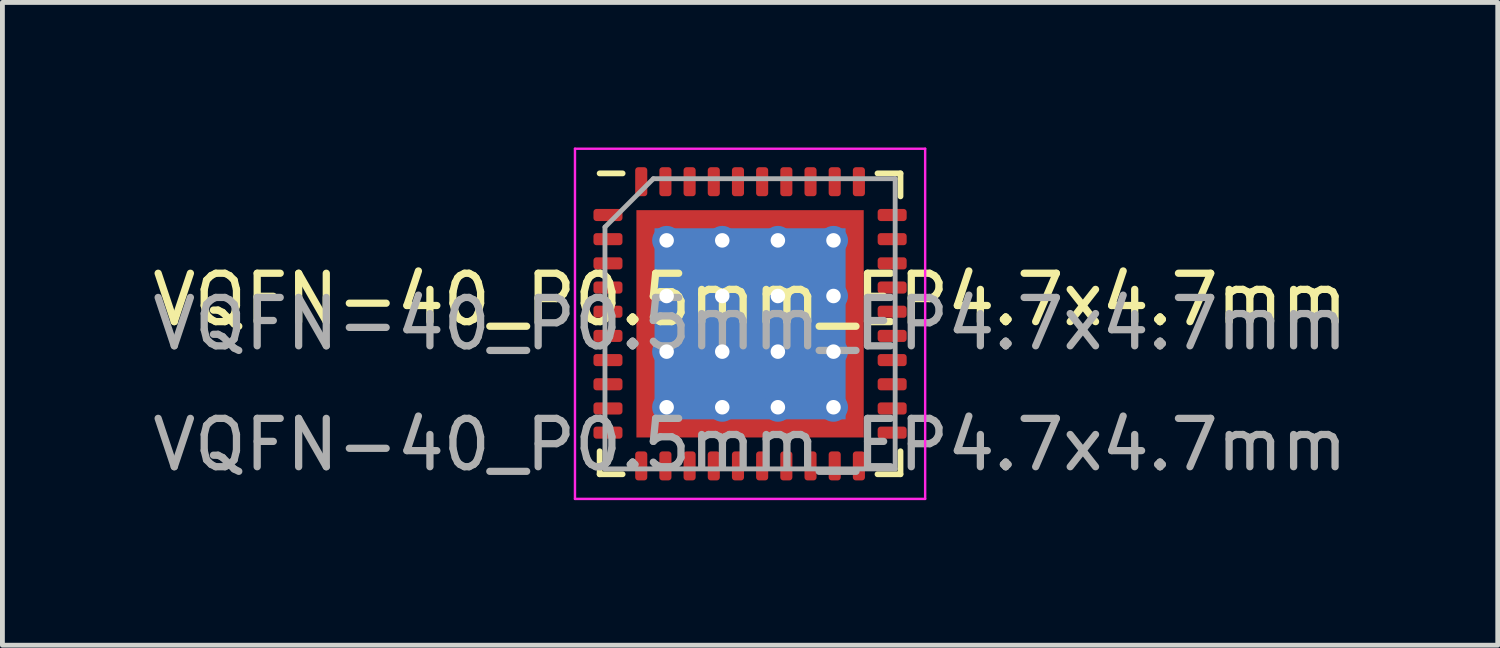
<source format=kicad_pcb>
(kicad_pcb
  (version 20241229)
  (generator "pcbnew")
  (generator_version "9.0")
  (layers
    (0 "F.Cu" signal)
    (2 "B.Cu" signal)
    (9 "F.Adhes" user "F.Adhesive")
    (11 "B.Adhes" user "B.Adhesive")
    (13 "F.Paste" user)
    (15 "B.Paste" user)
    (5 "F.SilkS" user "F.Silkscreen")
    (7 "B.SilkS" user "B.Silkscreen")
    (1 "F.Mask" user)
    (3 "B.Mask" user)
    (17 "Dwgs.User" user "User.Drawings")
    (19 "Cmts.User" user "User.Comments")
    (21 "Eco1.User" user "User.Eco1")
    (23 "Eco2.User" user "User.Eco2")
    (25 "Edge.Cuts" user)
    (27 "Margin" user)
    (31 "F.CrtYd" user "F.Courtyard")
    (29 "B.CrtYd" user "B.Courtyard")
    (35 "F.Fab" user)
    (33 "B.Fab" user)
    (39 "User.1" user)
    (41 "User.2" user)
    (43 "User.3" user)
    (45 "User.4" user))
  (footprint "VQFN-40_P0.5mm_EP4.7x4.7mm"
    (layer "F.Cu")
    (at 12.458 3.645)
    (property "Reference" "VQFN-40_P0.5mm_EP4.7x4.7mm" (at 0 -0.5 0) (unlocked yes) (layer "F.SilkS") (effects (font (size 1 1) (thickness 0.15))))
    (fp_line (start -3.11 3.11) (end -3.11 2.635) (stroke (width 0.12) (type solid)) (layer "F.SilkS"))
    (fp_line (start -2.635 -3.11) (end -3.11 -3.11) (stroke (width 0.12) (type solid)) (layer "F.SilkS"))
    (fp_line (start -2.635 3.11) (end -3.11 3.11) (stroke (width 0.12) (type solid)) (layer "F.SilkS"))
    (fp_line (start 2.635 -3.11) (end 3.11 -3.11) (stroke (width 0.12) (type solid)) (layer "F.SilkS"))
    (fp_line (start 2.635 3.11) (end 3.11 3.11) (stroke (width 0.12) (type solid)) (layer "F.SilkS"))
    (fp_line (start 3.11 -3.11) (end 3.11 -2.635) (stroke (width 0.12) (type solid)) (layer "F.SilkS"))
    (fp_line (start 3.11 3.11) (end 3.11 2.635) (stroke (width 0.12) (type solid)) (layer "F.SilkS"))
    (fp_line (start -3.62 -3.62) (end -3.62 3.62) (stroke (width 0.05) (type solid)) (layer "F.CrtYd"))
    (fp_line (start -3.62 3.62) (end 3.62 3.62) (stroke (width 0.05) (type solid)) (layer "F.CrtYd"))
    (fp_line (start 3.62 -3.62) (end -3.62 -3.62) (stroke (width 0.05) (type solid)) (layer "F.CrtYd"))
    (fp_line (start 3.62 3.62) (end 3.62 -3.62) (stroke (width 0.05) (type solid)) (layer "F.CrtYd"))
    (fp_line (start -3 -2) (end -2 -3) (stroke (width 0.1) (type solid)) (layer "F.Fab"))
    (fp_line (start -3 3) (end -3 -2) (stroke (width 0.1) (type solid)) (layer "F.Fab"))
    (fp_line (start -2 -3) (end 3 -3) (stroke (width 0.1) (type solid)) (layer "F.Fab"))
    (fp_line (start 3 -3) (end 3 3) (stroke (width 0.1) (type solid)) (layer "F.Fab"))
    (fp_line (start 3 3) (end -3 3) (stroke (width 0.1) (type solid)) (layer "F.Fab"))
    (fp_text user "${REFERENCE}" (at 0 2.5 0) (unlocked yes) (layer "F.Fab") (effects (font (size 1 1) (thickness 0.15))))
    (fp_text user "${REFERENCE}" (at 0 0 0) (layer "F.Fab") (effects (font (size 1 1) (thickness 0.15))))
    (pad "" smd roundrect (at -1.15 -1.15) (size 1.3 1.3) (layers "F.Paste") (roundrect_rratio 0.25))
    (pad "" smd roundrect (at -1.15 0) (size 1.3 1.3) (layers "F.Paste") (roundrect_rratio 0.25))
    (pad "" smd roundrect (at -1.15 1.15) (size 1.3 1.3) (layers "F.Paste") (roundrect_rratio 0.25))
    (pad "" smd roundrect (at 0 -1.15) (size 1.3 1.3) (layers "F.Paste") (roundrect_rratio 0.25))
    (pad "" smd roundrect (at 0 0) (size 1.3 1.3) (layers "F.Paste") (roundrect_rratio 0.25))
    (pad "" smd roundrect (at 0 1.15) (size 1.3 1.3) (layers "F.Paste") (roundrect_rratio 0.25))
    (pad "" smd roundrect (at 1.15 -1.15) (size 1.3 1.3) (layers "F.Paste") (roundrect_rratio 0.25))
    (pad "" smd roundrect (at 1.15 0) (size 1.3 1.3) (layers "F.Paste") (roundrect_rratio 0.25))
    (pad "" smd roundrect (at 1.15 1.15) (size 1.3 1.3) (layers "F.Paste") (roundrect_rratio 0.25))
    (pad "1" smd roundrect (at -2.938 -2.25) (size 0.6 0.25) (layers "F.Cu" "F.Mask" "F.Paste") (roundrect_rratio 0.25))
    (pad "2" smd roundrect (at -2.938 -1.75) (size 0.6 0.25) (layers "F.Cu" "F.Mask" "F.Paste") (roundrect_rratio 0.25))
    (pad "3" smd roundrect (at -2.938 -1.25) (size 0.6 0.25) (layers "F.Cu" "F.Mask" "F.Paste") (roundrect_rratio 0.25))
    (pad "4" smd roundrect (at -2.938 -0.75) (size 0.6 0.25) (layers "F.Cu" "F.Mask" "F.Paste") (roundrect_rratio 0.25))
    (pad "5" smd roundrect (at -2.938 -0.25) (size 0.6 0.25) (layers "F.Cu" "F.Mask" "F.Paste") (roundrect_rratio 0.25))
    (pad "6" smd roundrect (at -2.938 0.25) (size 0.6 0.25) (layers "F.Cu" "F.Mask" "F.Paste") (roundrect_rratio 0.25))
    (pad "7" smd roundrect (at -2.938 0.75) (size 0.6 0.25) (layers "F.Cu" "F.Mask" "F.Paste") (roundrect_rratio 0.25))
    (pad "8" smd roundrect (at -2.938 1.25) (size 0.6 0.25) (layers "F.Cu" "F.Mask" "F.Paste") (roundrect_rratio 0.25))
    (pad "9" smd roundrect (at -2.938 1.75) (size 0.6 0.25) (layers "F.Cu" "F.Mask" "F.Paste") (roundrect_rratio 0.25))
    (pad "10" smd roundrect (at -2.938 2.25) (size 0.6 0.25) (layers "F.Cu" "F.Mask" "F.Paste") (roundrect_rratio 0.25))
    (pad "11" smd roundrect (at -2.25 2.938) (size 0.25 0.6) (layers "F.Cu" "F.Mask" "F.Paste") (roundrect_rratio 0.25))
    (pad "12" smd roundrect (at -1.75 2.938) (size 0.25 0.6) (layers "F.Cu" "F.Mask" "F.Paste") (roundrect_rratio 0.25))
    (pad "13" smd roundrect (at -1.25 2.938) (size 0.25 0.6) (layers "F.Cu" "F.Mask" "F.Paste") (roundrect_rratio 0.25))
    (pad "14" smd roundrect (at -0.75 2.938) (size 0.25 0.6) (layers "F.Cu" "F.Mask" "F.Paste") (roundrect_rratio 0.25))
    (pad "15" smd roundrect (at -0.25 2.938) (size 0.25 0.6) (layers "F.Cu" "F.Mask" "F.Paste") (roundrect_rratio 0.25))
    (pad "16" smd roundrect (at 0.25 2.938) (size 0.25 0.6) (layers "F.Cu" "F.Mask" "F.Paste") (roundrect_rratio 0.25))
    (pad "17" smd roundrect (at 0.75 2.938) (size 0.25 0.6) (layers "F.Cu" "F.Mask" "F.Paste") (roundrect_rratio 0.25))
    (pad "18" smd roundrect (at 1.25 2.938) (size 0.25 0.6) (layers "F.Cu" "F.Mask" "F.Paste") (roundrect_rratio 0.25))
    (pad "19" smd roundrect (at 1.75 2.938) (size 0.25 0.6) (layers "F.Cu" "F.Mask" "F.Paste") (roundrect_rratio 0.25))
    (pad "20" smd roundrect (at 2.25 2.938) (size 0.25 0.6) (layers "F.Cu" "F.Mask" "F.Paste") (roundrect_rratio 0.25))
    (pad "21" smd roundrect (at 2.938 2.25) (size 0.6 0.25) (layers "F.Cu" "F.Mask" "F.Paste") (roundrect_rratio 0.25))
    (pad "22" smd roundrect (at 2.938 1.75) (size 0.6 0.25) (layers "F.Cu" "F.Mask" "F.Paste") (roundrect_rratio 0.25))
    (pad "23" smd roundrect (at 2.938 1.25) (size 0.6 0.25) (layers "F.Cu" "F.Mask" "F.Paste") (roundrect_rratio 0.25))
    (pad "24" smd roundrect (at 2.938 0.75) (size 0.6 0.25) (layers "F.Cu" "F.Mask" "F.Paste") (roundrect_rratio 0.25))
    (pad "25" smd roundrect (at 2.938 0.25) (size 0.6 0.25) (layers "F.Cu" "F.Mask" "F.Paste") (roundrect_rratio 0.25))
    (pad "26" smd roundrect (at 2.938 -0.25) (size 0.6 0.25) (layers "F.Cu" "F.Mask" "F.Paste") (roundrect_rratio 0.25))
    (pad "27" smd roundrect (at 2.938 -0.75) (size 0.6 0.25) (layers "F.Cu" "F.Mask" "F.Paste") (roundrect_rratio 0.25))
    (pad "28" smd roundrect (at 2.938 -1.25) (size 0.6 0.25) (layers "F.Cu" "F.Mask" "F.Paste") (roundrect_rratio 0.25))
    (pad "29" smd roundrect (at 2.938 -1.75) (size 0.6 0.25) (layers "F.Cu" "F.Mask" "F.Paste") (roundrect_rratio 0.25))
    (pad "30" smd roundrect (at 2.938 -2.25) (size 0.6 0.25) (layers "F.Cu" "F.Mask" "F.Paste") (roundrect_rratio 0.25))
    (pad "31" smd roundrect (at 2.25 -2.938) (size 0.25 0.6) (layers "F.Cu" "F.Mask" "F.Paste") (roundrect_rratio 0.25))
    (pad "32" smd roundrect (at 1.75 -2.938) (size 0.25 0.6) (layers "F.Cu" "F.Mask" "F.Paste") (roundrect_rratio 0.25))
    (pad "33" smd roundrect (at 1.25 -2.938) (size 0.25 0.6) (layers "F.Cu" "F.Mask" "F.Paste") (roundrect_rratio 0.25))
    (pad "34" smd roundrect (at 0.75 -2.938) (size 0.25 0.6) (layers "F.Cu" "F.Mask" "F.Paste") (roundrect_rratio 0.25))
    (pad "35" smd roundrect (at 0.25 -2.938) (size 0.25 0.6) (layers "F.Cu" "F.Mask" "F.Paste") (roundrect_rratio 0.25))
    (pad "36" smd roundrect (at -0.25 -2.938) (size 0.25 0.6) (layers "F.Cu" "F.Mask" "F.Paste") (roundrect_rratio 0.25))
    (pad "37" smd roundrect (at -0.75 -2.938) (size 0.25 0.6) (layers "F.Cu" "F.Mask" "F.Paste") (roundrect_rratio 0.25))
    (pad "38" smd roundrect (at -1.25 -2.938) (size 0.25 0.6) (layers "F.Cu" "F.Mask" "F.Paste") (roundrect_rratio 0.25))
    (pad "39" smd roundrect (at -1.75 -2.938) (size 0.25 0.6) (layers "F.Cu" "F.Mask" "F.Paste") (roundrect_rratio 0.25))
    (pad "40" smd roundrect (at -2.25 -2.938) (size 0.25 0.6) (layers "F.Cu" "F.Mask" "F.Paste") (roundrect_rratio 0.25))
    (pad "41" thru_hole circle (at -1.725 -1.725) (size 0.6 0.6) (drill 0.3) (layers "*.Cu"))
    (pad "41" thru_hole circle (at -1.725 -0.575) (size 0.6 0.6) (drill 0.3) (layers "*.Cu"))
    (pad "41" thru_hole circle (at -1.725 0.575) (size 0.6 0.6) (drill 0.3) (layers "*.Cu"))
    (pad "41" thru_hole circle (at -1.725 1.725) (size 0.6 0.6) (drill 0.3) (layers "*.Cu"))
    (pad "41" thru_hole circle (at -0.575 -1.725) (size 0.6 0.6) (drill 0.3) (layers "*.Cu"))
    (pad "41" thru_hole circle (at -0.575 -0.575) (size 0.6 0.6) (drill 0.3) (layers "*.Cu"))
    (pad "41" thru_hole circle (at -0.575 0.575) (size 0.6 0.6) (drill 0.3) (layers "*.Cu"))
    (pad "41" thru_hole circle (at -0.575 1.725) (size 0.6 0.6) (drill 0.3) (layers "*.Cu"))
    (pad "41" smd rect (at 0 0) (size 3.95 3.95) (layers "B.Cu"))
    (pad "41" smd rect (at 0 0) (size 4.7 4.7) (layers "F.Cu" "F.Mask"))
    (pad "41" thru_hole circle (at 0.575 -1.725) (size 0.6 0.6) (drill 0.3) (layers "*.Cu"))
    (pad "41" thru_hole circle (at 0.575 -0.575) (size 0.6 0.6) (drill 0.3) (layers "*.Cu"))
    (pad "41" thru_hole circle (at 0.575 0.575) (size 0.6 0.6) (drill 0.3) (layers "*.Cu"))
    (pad "41" thru_hole circle (at 0.575 1.725) (size 0.6 0.6) (drill 0.3) (layers "*.Cu"))
    (pad "41" thru_hole circle (at 1.725 -1.725) (size 0.6 0.6) (drill 0.3) (layers "*.Cu"))
    (pad "41" thru_hole circle (at 1.725 -0.575) (size 0.6 0.6) (drill 0.3) (layers "*.Cu"))
    (pad "41" thru_hole circle (at 1.725 0.575) (size 0.6 0.6) (drill 0.3) (layers "*.Cu"))
    (pad "41" thru_hole circle (at 1.725 1.725) (size 0.6 0.6) (drill 0.3) (layers "*.Cu")))
  (gr_rect
    (start -3 -3)
    (end 27.917 10.29)
    (stroke (width 0.1) (type default))
    (fill no)
    (layer "Edge.Cuts")))
</source>
